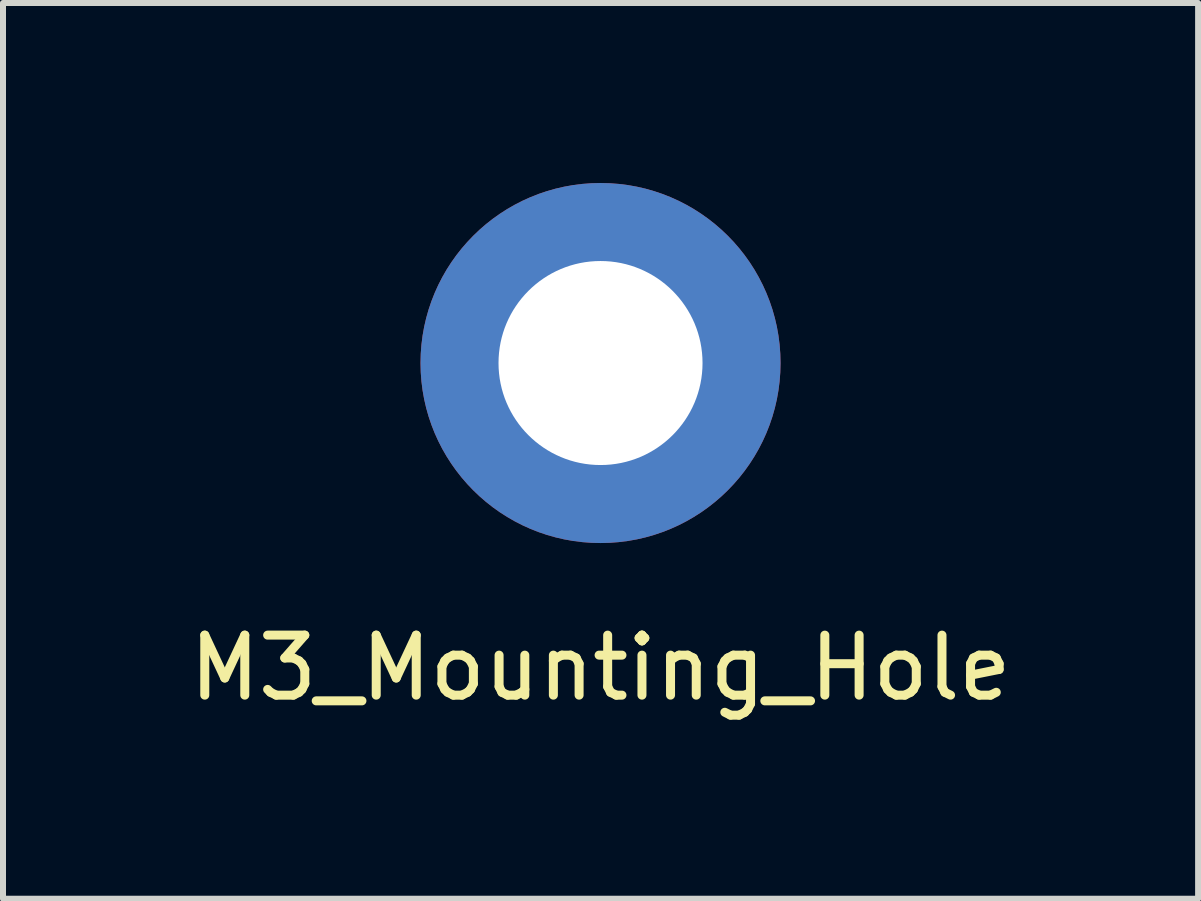
<source format=kicad_pcb>
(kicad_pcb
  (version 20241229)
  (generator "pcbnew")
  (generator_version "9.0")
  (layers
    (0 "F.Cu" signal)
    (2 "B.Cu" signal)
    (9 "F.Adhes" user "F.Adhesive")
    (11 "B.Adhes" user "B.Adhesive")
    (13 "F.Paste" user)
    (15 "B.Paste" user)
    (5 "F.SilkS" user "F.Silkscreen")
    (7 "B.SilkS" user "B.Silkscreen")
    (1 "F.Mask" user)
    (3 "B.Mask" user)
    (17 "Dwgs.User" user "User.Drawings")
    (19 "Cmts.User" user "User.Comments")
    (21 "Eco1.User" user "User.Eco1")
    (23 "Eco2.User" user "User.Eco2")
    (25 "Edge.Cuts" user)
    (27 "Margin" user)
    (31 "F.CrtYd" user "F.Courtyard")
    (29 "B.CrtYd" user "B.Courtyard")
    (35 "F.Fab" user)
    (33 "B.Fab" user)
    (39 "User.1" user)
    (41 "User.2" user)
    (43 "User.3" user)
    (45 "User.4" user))
  (footprint "M3_Mounting_Hole"
    (layer "F.Cu")
    (at 6.958 3)
    (property "Reference" "M3_Mounting_Hole" (at 0 5.08 0) (layer "F.SilkS") (effects (font (size 1 1) (thickness 0.15))))
    (attr through_hole)
    (pad "" np_thru_hole circle (at 0 0) (size 6 6) (drill 3.4) (layers "*.Cu" "*.Mask")))
  (gr_rect
    (start -3 -3)
    (end 16.917 11.928)
    (stroke (width 0.1) (type default))
    (fill no)
    (layer "Edge.Cuts")))
</source>
